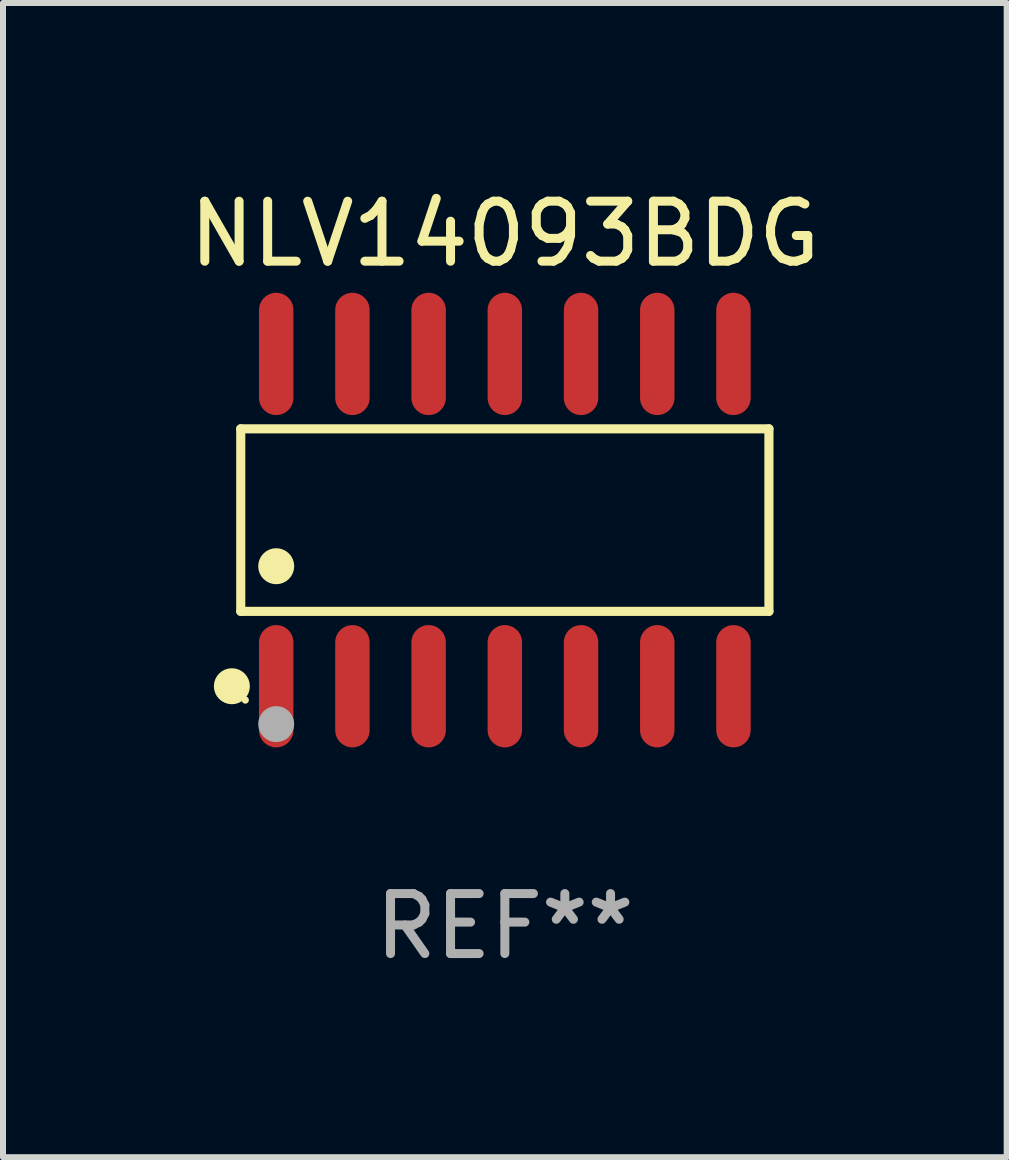
<source format=kicad_pcb>
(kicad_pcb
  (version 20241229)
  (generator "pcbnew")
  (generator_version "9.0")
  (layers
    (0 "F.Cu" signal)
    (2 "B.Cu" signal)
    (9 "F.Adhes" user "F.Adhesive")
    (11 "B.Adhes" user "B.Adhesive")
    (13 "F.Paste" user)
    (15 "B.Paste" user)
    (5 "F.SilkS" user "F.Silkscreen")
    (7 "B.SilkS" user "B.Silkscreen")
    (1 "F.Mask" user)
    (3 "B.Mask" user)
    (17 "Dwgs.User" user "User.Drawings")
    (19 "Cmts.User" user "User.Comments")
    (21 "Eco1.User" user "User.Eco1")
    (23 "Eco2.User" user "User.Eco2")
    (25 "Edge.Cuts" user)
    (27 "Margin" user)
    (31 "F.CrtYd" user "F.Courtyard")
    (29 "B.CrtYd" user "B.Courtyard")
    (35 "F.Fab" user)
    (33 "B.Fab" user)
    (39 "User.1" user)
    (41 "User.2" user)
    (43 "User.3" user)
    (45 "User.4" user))
  (footprint "NLV14093BDG"
    (layer "F.Cu")
    (at 5.363 5.617)
    (property "Reference" "NLV14093BDG" (at 0 -4.769 0) (layer "F.SilkS") (effects (font (size 1 1) (thickness 0.15))))
    (attr through_hole)
    (fp_line (start -4.401 -1.521) (end 4.401 -1.521) (stroke (width 0.152) (type solid)) (layer "F.SilkS"))
    (fp_line (start -4.401 1.521) (end -4.401 -1.521) (stroke (width 0.152) (type solid)) (layer "F.SilkS"))
    (fp_line (start 4.401 -1.521) (end 4.401 1.521) (stroke (width 0.152) (type solid)) (layer "F.SilkS"))
    (fp_line (start 4.401 1.521) (end -4.401 1.521) (stroke (width 0.152) (type solid)) (layer "F.SilkS"))
    (fp_circle (center -4.549 2.769) (end -4.399 2.769) (stroke (width 0.3) (type solid)) (fill no) (layer "F.SilkS"))
    (fp_circle (center -4.325 3) (end -4.295 3) (stroke (width 0.06) (type solid)) (fill no) (layer "F.SilkS"))
    (fp_circle (center -3.81 0.769) (end -3.66 0.769) (stroke (width 0.3) (type solid)) (fill no) (layer "F.SilkS"))
    (fp_circle (center -3.81 3.4) (end -3.66 3.4) (stroke (width 0.3) (type solid)) (fill no) (layer "F.Fab"))
    (fp_text user "REF**" (at 0 6.769 0) (layer "F.Fab") (effects (font (size 1 1) (thickness 0.15))))
    (pad "1" smd oval (at -3.81 2.769) (size 0.574 2.038) (layers "F.Cu" "F.Mask" "F.Paste"))
    (pad "2" smd oval (at -2.54 2.769) (size 0.574 2.038) (layers "F.Cu" "F.Mask" "F.Paste"))
    (pad "3" smd oval (at -1.27 2.769) (size 0.574 2.038) (layers "F.Cu" "F.Mask" "F.Paste"))
    (pad "4" smd oval (at 0 2.769) (size 0.574 2.038) (layers "F.Cu" "F.Mask" "F.Paste"))
    (pad "5" smd oval (at 1.27 2.769) (size 0.574 2.038) (layers "F.Cu" "F.Mask" "F.Paste"))
    (pad "6" smd oval (at 2.54 2.769) (size 0.574 2.038) (layers "F.Cu" "F.Mask" "F.Paste"))
    (pad "7" smd oval (at 3.81 2.769) (size 0.574 2.038) (layers "F.Cu" "F.Mask" "F.Paste"))
    (pad "8" smd oval (at 3.81 -2.769) (size 0.574 2.038) (layers "F.Cu" "F.Mask" "F.Paste"))
    (pad "9" smd oval (at 2.54 -2.769) (size 0.574 2.038) (layers "F.Cu" "F.Mask" "F.Paste"))
    (pad "10" smd oval (at 1.27 -2.769) (size 0.574 2.038) (layers "F.Cu" "F.Mask" "F.Paste"))
    (pad "11" smd oval (at 0 -2.769) (size 0.574 2.038) (layers "F.Cu" "F.Mask" "F.Paste"))
    (pad "12" smd oval (at -1.27 -2.769) (size 0.574 2.038) (layers "F.Cu" "F.Mask" "F.Paste"))
    (pad "13" smd oval (at -2.54 -2.769) (size 0.574 2.038) (layers "F.Cu" "F.Mask" "F.Paste"))
    (pad "14" smd oval (at -3.81 -2.769) (size 0.574 2.038) (layers "F.Cu" "F.Mask" "F.Paste")))
  (gr_rect
    (start -3 -3)
    (end 13.726 16.235)
    (stroke (width 0.1) (type default))
    (fill no)
    (layer "Edge.Cuts")))
</source>
